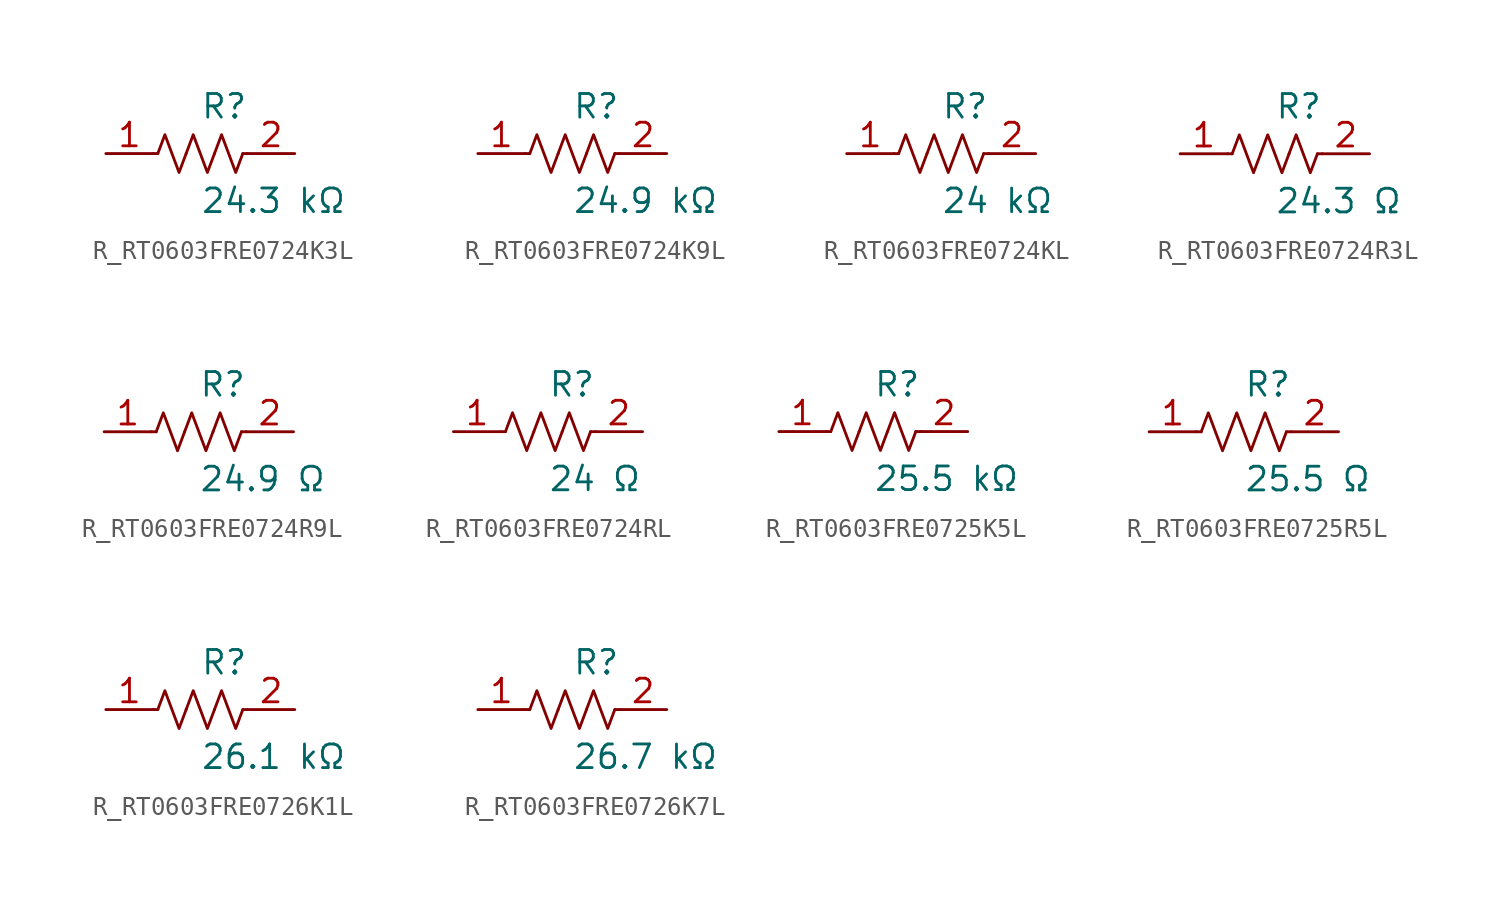
<source format=kicad_sym>
(kicad_symbol_lib
  (version 20231120)
  (generator kicad_symbol_editor)
  (generator_version 8.0)
  (symbol "R_RT0603FRE0724K3L"
    (pin_names
      (offset 0.254))
    (property "Reference" "R"
      (at 0.0 2.54 0)
      (effects (font (size 1.27 1.27)) (justify left)))
    (property "Value" "24.3 kΩ"
      (at 0.0 -2.54 0)
      (effects (font (size 1.27 1.27)) (justify left)))
    (symbol "R_RT0603FRE0724K3L_0_1"
      (polyline (pts (xy 2.286 0) (xy 2.54 0)) (stroke (width 0) (type default)) (fill (type none)))
      (polyline (pts (xy -2.286 0) (xy -2.54 0)) (stroke (width 0) (type default)) (fill (type none)))
      (polyline (pts (xy 0.762 0) (xy 1.143 1.016) (xy 1.524 0) (xy 1.905 -1.016) (xy 2.286 0)) (stroke (width 0) (type default)) (fill (type none)))
      (polyline (pts (xy -0.762 0) (xy -0.381 1.016) (xy 0 0) (xy 0.381 -1.016) (xy 0.762 0)) (stroke (width 0) (type default)) (fill (type none)))
      (polyline (pts (xy -2.286 0) (xy -1.905 1.016) (xy -1.524 0) (xy -1.143 -1.016) (xy -0.762 0)) (stroke (width 0) (type default)) (fill (type none))))
    (pin unspecified line
      (at -5.08 0 0)
      (length 2.54)
      (name "" (effects (font (size 1.27 1.27))))
      (number "1" (effects (font (size 1.27 1.27)))))
    (pin unspecified line
      (at 5.08 0 180)
      (length 2.54)
      (name "" (effects (font (size 1.27 1.27))))
      (number "2" (effects (font (size 1.27 1.27))))))
  (symbol "R_RT0603FRE0724K9L"
    (pin_names
      (offset 0.254))
    (property "Reference" "R"
      (at 0.0 2.54 0)
      (effects (font (size 1.27 1.27)) (justify left)))
    (property "Value" "24.9 kΩ"
      (at 0.0 -2.54 0)
      (effects (font (size 1.27 1.27)) (justify left)))
    (symbol "R_RT0603FRE0724K9L_0_1"
      (polyline (pts (xy 2.286 0) (xy 2.54 0)) (stroke (width 0) (type default)) (fill (type none)))
      (polyline (pts (xy -2.286 0) (xy -2.54 0)) (stroke (width 0) (type default)) (fill (type none)))
      (polyline (pts (xy 0.762 0) (xy 1.143 1.016) (xy 1.524 0) (xy 1.905 -1.016) (xy 2.286 0)) (stroke (width 0) (type default)) (fill (type none)))
      (polyline (pts (xy -0.762 0) (xy -0.381 1.016) (xy 0 0) (xy 0.381 -1.016) (xy 0.762 0)) (stroke (width 0) (type default)) (fill (type none)))
      (polyline (pts (xy -2.286 0) (xy -1.905 1.016) (xy -1.524 0) (xy -1.143 -1.016) (xy -0.762 0)) (stroke (width 0) (type default)) (fill (type none))))
    (pin unspecified line
      (at -5.08 0 0)
      (length 2.54)
      (name "" (effects (font (size 1.27 1.27))))
      (number "1" (effects (font (size 1.27 1.27)))))
    (pin unspecified line
      (at 5.08 0 180)
      (length 2.54)
      (name "" (effects (font (size 1.27 1.27))))
      (number "2" (effects (font (size 1.27 1.27))))))
  (symbol "R_RT0603FRE0724KL"
    (pin_names
      (offset 0.254))
    (property "Reference" "R"
      (at 0.0 2.54 0)
      (effects (font (size 1.27 1.27)) (justify left)))
    (property "Value" "24 kΩ"
      (at 0.0 -2.54 0)
      (effects (font (size 1.27 1.27)) (justify left)))
    (symbol "R_RT0603FRE0724KL_0_1"
      (polyline (pts (xy 2.286 0) (xy 2.54 0)) (stroke (width 0) (type default)) (fill (type none)))
      (polyline (pts (xy -2.286 0) (xy -2.54 0)) (stroke (width 0) (type default)) (fill (type none)))
      (polyline (pts (xy 0.762 0) (xy 1.143 1.016) (xy 1.524 0) (xy 1.905 -1.016) (xy 2.286 0)) (stroke (width 0) (type default)) (fill (type none)))
      (polyline (pts (xy -0.762 0) (xy -0.381 1.016) (xy 0 0) (xy 0.381 -1.016) (xy 0.762 0)) (stroke (width 0) (type default)) (fill (type none)))
      (polyline (pts (xy -2.286 0) (xy -1.905 1.016) (xy -1.524 0) (xy -1.143 -1.016) (xy -0.762 0)) (stroke (width 0) (type default)) (fill (type none))))
    (pin unspecified line
      (at -5.08 0 0)
      (length 2.54)
      (name "" (effects (font (size 1.27 1.27))))
      (number "1" (effects (font (size 1.27 1.27)))))
    (pin unspecified line
      (at 5.08 0 180)
      (length 2.54)
      (name "" (effects (font (size 1.27 1.27))))
      (number "2" (effects (font (size 1.27 1.27))))))
  (symbol "R_RT0603FRE0724R3L"
    (pin_names
      (offset 0.254))
    (property "Reference" "R"
      (at 0.0 2.54 0)
      (effects (font (size 1.27 1.27)) (justify left)))
    (property "Value" "24.3 Ω"
      (at 0.0 -2.54 0)
      (effects (font (size 1.27 1.27)) (justify left)))
    (symbol "R_RT0603FRE0724R3L_0_1"
      (polyline (pts (xy 2.286 0) (xy 2.54 0)) (stroke (width 0) (type default)) (fill (type none)))
      (polyline (pts (xy -2.286 0) (xy -2.54 0)) (stroke (width 0) (type default)) (fill (type none)))
      (polyline (pts (xy 0.762 0) (xy 1.143 1.016) (xy 1.524 0) (xy 1.905 -1.016) (xy 2.286 0)) (stroke (width 0) (type default)) (fill (type none)))
      (polyline (pts (xy -0.762 0) (xy -0.381 1.016) (xy 0 0) (xy 0.381 -1.016) (xy 0.762 0)) (stroke (width 0) (type default)) (fill (type none)))
      (polyline (pts (xy -2.286 0) (xy -1.905 1.016) (xy -1.524 0) (xy -1.143 -1.016) (xy -0.762 0)) (stroke (width 0) (type default)) (fill (type none))))
    (pin unspecified line
      (at -5.08 0 0)
      (length 2.54)
      (name "" (effects (font (size 1.27 1.27))))
      (number "1" (effects (font (size 1.27 1.27)))))
    (pin unspecified line
      (at 5.08 0 180)
      (length 2.54)
      (name "" (effects (font (size 1.27 1.27))))
      (number "2" (effects (font (size 1.27 1.27))))))
  (symbol "R_RT0603FRE0724R9L"
    (pin_names
      (offset 0.254))
    (property "Reference" "R"
      (at 0.0 2.54 0)
      (effects (font (size 1.27 1.27)) (justify left)))
    (property "Value" "24.9 Ω"
      (at 0.0 -2.54 0)
      (effects (font (size 1.27 1.27)) (justify left)))
    (symbol "R_RT0603FRE0724R9L_0_1"
      (polyline (pts (xy 2.286 0) (xy 2.54 0)) (stroke (width 0) (type default)) (fill (type none)))
      (polyline (pts (xy -2.286 0) (xy -2.54 0)) (stroke (width 0) (type default)) (fill (type none)))
      (polyline (pts (xy 0.762 0) (xy 1.143 1.016) (xy 1.524 0) (xy 1.905 -1.016) (xy 2.286 0)) (stroke (width 0) (type default)) (fill (type none)))
      (polyline (pts (xy -0.762 0) (xy -0.381 1.016) (xy 0 0) (xy 0.381 -1.016) (xy 0.762 0)) (stroke (width 0) (type default)) (fill (type none)))
      (polyline (pts (xy -2.286 0) (xy -1.905 1.016) (xy -1.524 0) (xy -1.143 -1.016) (xy -0.762 0)) (stroke (width 0) (type default)) (fill (type none))))
    (pin unspecified line
      (at -5.08 0 0)
      (length 2.54)
      (name "" (effects (font (size 1.27 1.27))))
      (number "1" (effects (font (size 1.27 1.27)))))
    (pin unspecified line
      (at 5.08 0 180)
      (length 2.54)
      (name "" (effects (font (size 1.27 1.27))))
      (number "2" (effects (font (size 1.27 1.27))))))
  (symbol "R_RT0603FRE0724RL"
    (pin_names
      (offset 0.254))
    (property "Reference" "R"
      (at 0.0 2.54 0)
      (effects (font (size 1.27 1.27)) (justify left)))
    (property "Value" "24 Ω"
      (at 0.0 -2.54 0)
      (effects (font (size 1.27 1.27)) (justify left)))
    (symbol "R_RT0603FRE0724RL_0_1"
      (polyline (pts (xy 2.286 0) (xy 2.54 0)) (stroke (width 0) (type default)) (fill (type none)))
      (polyline (pts (xy -2.286 0) (xy -2.54 0)) (stroke (width 0) (type default)) (fill (type none)))
      (polyline (pts (xy 0.762 0) (xy 1.143 1.016) (xy 1.524 0) (xy 1.905 -1.016) (xy 2.286 0)) (stroke (width 0) (type default)) (fill (type none)))
      (polyline (pts (xy -0.762 0) (xy -0.381 1.016) (xy 0 0) (xy 0.381 -1.016) (xy 0.762 0)) (stroke (width 0) (type default)) (fill (type none)))
      (polyline (pts (xy -2.286 0) (xy -1.905 1.016) (xy -1.524 0) (xy -1.143 -1.016) (xy -0.762 0)) (stroke (width 0) (type default)) (fill (type none))))
    (pin unspecified line
      (at -5.08 0 0)
      (length 2.54)
      (name "" (effects (font (size 1.27 1.27))))
      (number "1" (effects (font (size 1.27 1.27)))))
    (pin unspecified line
      (at 5.08 0 180)
      (length 2.54)
      (name "" (effects (font (size 1.27 1.27))))
      (number "2" (effects (font (size 1.27 1.27))))))
  (symbol "R_RT0603FRE0725K5L"
    (pin_names
      (offset 0.254))
    (property "Reference" "R"
      (at 0.0 2.54 0)
      (effects (font (size 1.27 1.27)) (justify left)))
    (property "Value" "25.5 kΩ"
      (at 0.0 -2.54 0)
      (effects (font (size 1.27 1.27)) (justify left)))
    (symbol "R_RT0603FRE0725K5L_0_1"
      (polyline (pts (xy 2.286 0) (xy 2.54 0)) (stroke (width 0) (type default)) (fill (type none)))
      (polyline (pts (xy -2.286 0) (xy -2.54 0)) (stroke (width 0) (type default)) (fill (type none)))
      (polyline (pts (xy 0.762 0) (xy 1.143 1.016) (xy 1.524 0) (xy 1.905 -1.016) (xy 2.286 0)) (stroke (width 0) (type default)) (fill (type none)))
      (polyline (pts (xy -0.762 0) (xy -0.381 1.016) (xy 0 0) (xy 0.381 -1.016) (xy 0.762 0)) (stroke (width 0) (type default)) (fill (type none)))
      (polyline (pts (xy -2.286 0) (xy -1.905 1.016) (xy -1.524 0) (xy -1.143 -1.016) (xy -0.762 0)) (stroke (width 0) (type default)) (fill (type none))))
    (pin unspecified line
      (at -5.08 0 0)
      (length 2.54)
      (name "" (effects (font (size 1.27 1.27))))
      (number "1" (effects (font (size 1.27 1.27)))))
    (pin unspecified line
      (at 5.08 0 180)
      (length 2.54)
      (name "" (effects (font (size 1.27 1.27))))
      (number "2" (effects (font (size 1.27 1.27))))))
  (symbol "R_RT0603FRE0725R5L"
    (pin_names
      (offset 0.254))
    (property "Reference" "R"
      (at 0.0 2.54 0)
      (effects (font (size 1.27 1.27)) (justify left)))
    (property "Value" "25.5 Ω"
      (at 0.0 -2.54 0)
      (effects (font (size 1.27 1.27)) (justify left)))
    (symbol "R_RT0603FRE0725R5L_0_1"
      (polyline (pts (xy 2.286 0) (xy 2.54 0)) (stroke (width 0) (type default)) (fill (type none)))
      (polyline (pts (xy -2.286 0) (xy -2.54 0)) (stroke (width 0) (type default)) (fill (type none)))
      (polyline (pts (xy 0.762 0) (xy 1.143 1.016) (xy 1.524 0) (xy 1.905 -1.016) (xy 2.286 0)) (stroke (width 0) (type default)) (fill (type none)))
      (polyline (pts (xy -0.762 0) (xy -0.381 1.016) (xy 0 0) (xy 0.381 -1.016) (xy 0.762 0)) (stroke (width 0) (type default)) (fill (type none)))
      (polyline (pts (xy -2.286 0) (xy -1.905 1.016) (xy -1.524 0) (xy -1.143 -1.016) (xy -0.762 0)) (stroke (width 0) (type default)) (fill (type none))))
    (pin unspecified line
      (at -5.08 0 0)
      (length 2.54)
      (name "" (effects (font (size 1.27 1.27))))
      (number "1" (effects (font (size 1.27 1.27)))))
    (pin unspecified line
      (at 5.08 0 180)
      (length 2.54)
      (name "" (effects (font (size 1.27 1.27))))
      (number "2" (effects (font (size 1.27 1.27))))))
  (symbol "R_RT0603FRE0726K1L"
    (pin_names
      (offset 0.254))
    (property "Reference" "R"
      (at 0.0 2.54 0)
      (effects (font (size 1.27 1.27)) (justify left)))
    (property "Value" "26.1 kΩ"
      (at 0.0 -2.54 0)
      (effects (font (size 1.27 1.27)) (justify left)))
    (symbol "R_RT0603FRE0726K1L_0_1"
      (polyline (pts (xy 2.286 0) (xy 2.54 0)) (stroke (width 0) (type default)) (fill (type none)))
      (polyline (pts (xy -2.286 0) (xy -2.54 0)) (stroke (width 0) (type default)) (fill (type none)))
      (polyline (pts (xy 0.762 0) (xy 1.143 1.016) (xy 1.524 0) (xy 1.905 -1.016) (xy 2.286 0)) (stroke (width 0) (type default)) (fill (type none)))
      (polyline (pts (xy -0.762 0) (xy -0.381 1.016) (xy 0 0) (xy 0.381 -1.016) (xy 0.762 0)) (stroke (width 0) (type default)) (fill (type none)))
      (polyline (pts (xy -2.286 0) (xy -1.905 1.016) (xy -1.524 0) (xy -1.143 -1.016) (xy -0.762 0)) (stroke (width 0) (type default)) (fill (type none))))
    (pin unspecified line
      (at -5.08 0 0)
      (length 2.54)
      (name "" (effects (font (size 1.27 1.27))))
      (number "1" (effects (font (size 1.27 1.27)))))
    (pin unspecified line
      (at 5.08 0 180)
      (length 2.54)
      (name "" (effects (font (size 1.27 1.27))))
      (number "2" (effects (font (size 1.27 1.27))))))
  (symbol "R_RT0603FRE0726K7L"
    (pin_names
      (offset 0.254))
    (property "Reference" "R"
      (at 0.0 2.54 0)
      (effects (font (size 1.27 1.27)) (justify left)))
    (property "Value" "26.7 kΩ"
      (at 0.0 -2.54 0)
      (effects (font (size 1.27 1.27)) (justify left)))
    (symbol "R_RT0603FRE0726K7L_0_1"
      (polyline (pts (xy 2.286 0) (xy 2.54 0)) (stroke (width 0) (type default)) (fill (type none)))
      (polyline (pts (xy -2.286 0) (xy -2.54 0)) (stroke (width 0) (type default)) (fill (type none)))
      (polyline (pts (xy 0.762 0) (xy 1.143 1.016) (xy 1.524 0) (xy 1.905 -1.016) (xy 2.286 0)) (stroke (width 0) (type default)) (fill (type none)))
      (polyline (pts (xy -0.762 0) (xy -0.381 1.016) (xy 0 0) (xy 0.381 -1.016) (xy 0.762 0)) (stroke (width 0) (type default)) (fill (type none)))
      (polyline (pts (xy -2.286 0) (xy -1.905 1.016) (xy -1.524 0) (xy -1.143 -1.016) (xy -0.762 0)) (stroke (width 0) (type default)) (fill (type none))))
    (pin unspecified line
      (at -5.08 0 0)
      (length 2.54)
      (name "" (effects (font (size 1.27 1.27))))
      (number "1" (effects (font (size 1.27 1.27)))))
    (pin unspecified line
      (at 5.08 0 180)
      (length 2.54)
      (name "" (effects (font (size 1.27 1.27))))
      (number "2" (effects (font (size 1.27 1.27)))))))
</source>
